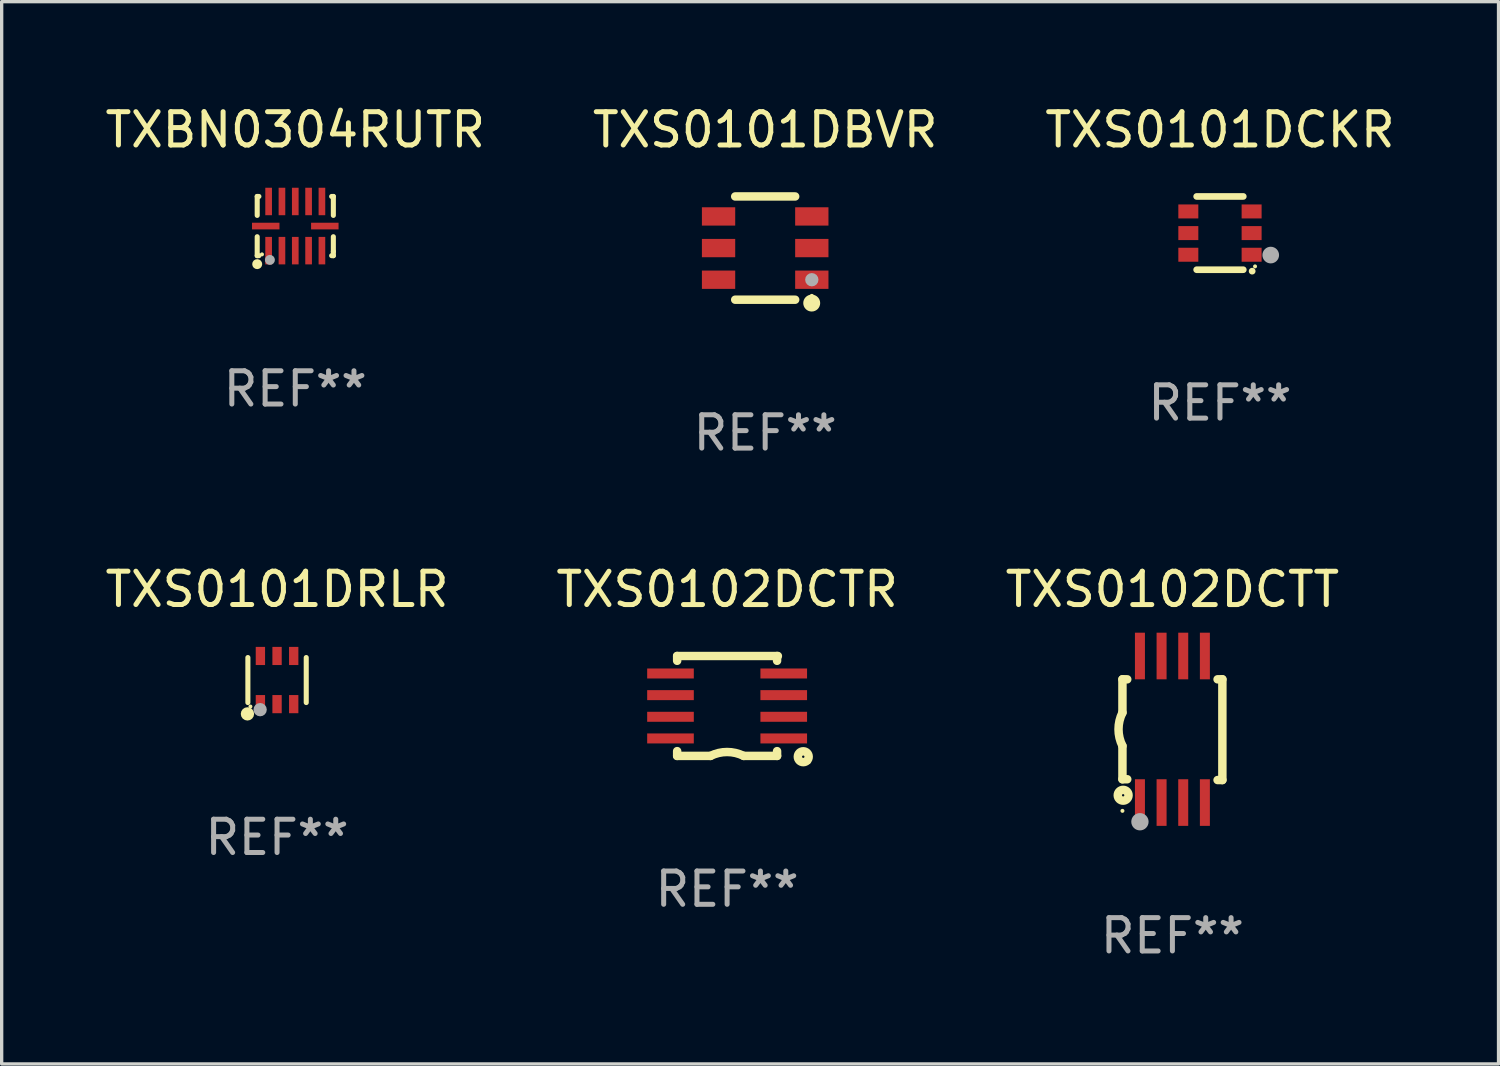
<source format=kicad_pcb>
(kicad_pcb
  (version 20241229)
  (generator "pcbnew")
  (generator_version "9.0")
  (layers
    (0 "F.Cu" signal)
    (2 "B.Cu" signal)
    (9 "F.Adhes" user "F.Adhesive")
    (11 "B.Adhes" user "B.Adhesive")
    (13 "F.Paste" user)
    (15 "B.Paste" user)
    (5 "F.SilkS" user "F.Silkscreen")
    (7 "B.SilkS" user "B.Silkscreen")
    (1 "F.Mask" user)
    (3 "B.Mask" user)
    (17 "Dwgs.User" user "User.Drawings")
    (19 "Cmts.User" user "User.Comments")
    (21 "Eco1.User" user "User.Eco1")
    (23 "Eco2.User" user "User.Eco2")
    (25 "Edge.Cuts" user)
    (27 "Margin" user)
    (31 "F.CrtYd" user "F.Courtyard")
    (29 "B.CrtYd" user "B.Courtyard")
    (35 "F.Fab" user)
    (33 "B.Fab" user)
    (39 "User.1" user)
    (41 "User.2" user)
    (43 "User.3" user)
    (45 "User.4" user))
  (footprint "TXS0101DCKR"
    (layer "F.Cu")
    (at 33.577 3.948)
    (property "Reference" "TXS0101DCKR" (at 0 -3.1 0) (layer "F.SilkS") (effects (font (size 1 1) (thickness 0.15))))
    (attr through_hole)
    (fp_line (start -0.7 -1.1) (end 0.7 -1.1) (stroke (width 0.2) (type solid)) (layer "F.SilkS"))
    (fp_line (start -0.7 1.1) (end 0.7 1.1) (stroke (width 0.2) (type solid)) (layer "F.SilkS"))
    (fp_arc (start 0.965202 1.143002) (mid 0.966472 1.142996) (end 0.967742 1.143002) (stroke (width 0.2) (type solid)) (layer "F.SilkS"))
    (fp_circle (center 1.053 1) (end 1.083 1) (stroke (width 0.06) (type solid)) (fill no) (layer "F.SilkS"))
    (fp_circle (center 1.524 0.66) (end 1.649 0.66) (stroke (width 0.25) (type solid)) (fill no) (layer "F.Fab"))
    (fp_text user "REF**" (at 0 5.1 0) (layer "F.Fab") (effects (font (size 1 1) (thickness 0.15))))
    (pad "1" smd rect (at 0.95 0.65 90) (size 0.42 0.6) (layers "F.Cu" "F.Mask" "F.Paste"))
    (pad "2" smd rect (at 0.95 0 90) (size 0.42 0.6) (layers "F.Cu" "F.Mask" "F.Paste"))
    (pad "3" smd rect (at 0.95 -0.65 90) (size 0.42 0.6) (layers "F.Cu" "F.Mask" "F.Paste"))
    (pad "4" smd rect (at -0.95 -0.65 270) (size 0.42 0.6) (layers "F.Cu" "F.Mask" "F.Paste"))
    (pad "5" smd rect (at -0.95 0 270) (size 0.42 0.6) (layers "F.Cu" "F.Mask" "F.Paste"))
    (pad "6" smd rect (at -0.95 0.65 270) (size 0.42 0.6) (layers "F.Cu" "F.Mask" "F.Paste")))
  (footprint "TXS0101DBVR"
    (layer "F.Cu")
    (at 19.923 4.398)
    (property "Reference" "TXS0101DBVR" (at 0 -3.55 0) (layer "F.SilkS") (effects (font (size 1 1) (thickness 0.15))))
    (attr through_hole)
    (fp_line (start -0.9 -1.55) (end 0.9 -1.55) (stroke (width 0.254) (type solid)) (layer "F.SilkS"))
    (fp_line (start -0.9 1.55) (end 0.9 1.55) (stroke (width 0.254) (type solid)) (layer "F.SilkS"))
    (fp_circle (center 1.397 1.651) (end 1.524 1.651) (stroke (width 0.254) (type solid)) (fill no) (layer "F.SilkS"))
    (fp_circle (center 1.4 1.435) (end 1.43 1.435) (stroke (width 0.06) (type solid)) (fill no) (layer "F.SilkS"))
    (fp_circle (center 1.4 0.95) (end 1.5 0.95) (stroke (width 0.2) (type solid)) (fill no) (layer "F.Fab"))
    (fp_text user "REF**" (at 0 5.55 0) (layer "F.Fab") (effects (font (size 1 1) (thickness 0.15))))
    (pad "1" smd rect (at 1.4 0.95) (size 1 0.55) (layers "F.Cu" "F.Mask" "F.Paste"))
    (pad "2" smd rect (at 1.4 -0.000102) (size 1 0.55) (layers "F.Cu" "F.Mask" "F.Paste"))
    (pad "3" smd rect (at 1.4 -0.95) (size 1 0.55) (layers "F.Cu" "F.Mask" "F.Paste"))
    (pad "4" smd rect (at -1.4 -0.95) (size 1 0.55) (layers "F.Cu" "F.Mask" "F.Paste"))
    (pad "5" smd rect (at -1.4 -0.000102) (size 1 0.55) (layers "F.Cu" "F.Mask" "F.Paste"))
    (pad "6" smd rect (at -1.4 0.95) (size 1 0.55) (layers "F.Cu" "F.Mask" "F.Paste")))
  (footprint "TXS0101DRLR"
    (layer "F.Cu")
    (at 5.268 17.367)
    (property "Reference" "TXS0101DRLR" (at 0 -2.723 0) (layer "F.SilkS") (effects (font (size 1 1) (thickness 0.15))))
    (attr through_hole)
    (fp_line (start -0.876 0.676) (end -0.876 -0.676) (stroke (width 0.152) (type solid)) (layer "F.SilkS"))
    (fp_line (start 0.876 0.676) (end 0.876 -0.676) (stroke (width 0.152) (type solid)) (layer "F.SilkS"))
    (fp_circle (center -0.889 1.016) (end -0.789 1.016) (stroke (width 0.2) (type solid)) (fill no) (layer "F.SilkS"))
    (fp_circle (center -0.8 0.795) (end -0.77 0.795) (stroke (width 0.06) (type solid)) (fill no) (layer "F.SilkS"))
    (fp_circle (center -0.508 0.889) (end -0.408 0.889) (stroke (width 0.2) (type solid)) (fill no) (layer "F.Fab"))
    (fp_text user "REF**" (at 0 4.723 0) (layer "F.Fab") (effects (font (size 1 1) (thickness 0.15))))
    (pad "1" smd rect (at -0.5 0.723) (size 0.28 0.545) (layers "F.Cu" "F.Mask" "F.Paste"))
    (pad "2" smd rect (at 0 0.723) (size 0.28 0.545) (layers "F.Cu" "F.Mask" "F.Paste"))
    (pad "3" smd rect (at 0.5 0.723) (size 0.28 0.545) (layers "F.Cu" "F.Mask" "F.Paste"))
    (pad "4" smd rect (at 0.5 -0.723) (size 0.28 0.545) (layers "F.Cu" "F.Mask" "F.Paste"))
    (pad "5" smd rect (at 0 -0.723) (size 0.28 0.545) (layers "F.Cu" "F.Mask" "F.Paste"))
    (pad "6" smd rect (at -0.5 -0.723) (size 0.28 0.545) (layers "F.Cu" "F.Mask" "F.Paste")))
  (footprint "TXS0102DCTR"
    (layer "F.Cu")
    (at 18.78 18.145)
    (property "Reference" "TXS0102DCTR" (at 0 -3.5 0) (layer "F.SilkS") (effects (font (size 1 1) (thickness 0.15))))
    (attr through_hole)
    (fp_line (start -1.5 -1.5) (end 1.524 -1.5) (stroke (width 0.254) (type solid)) (layer "F.SilkS"))
    (fp_line (start -1.5 -1.356) (end -1.5 -1.5) (stroke (width 0.254) (type solid)) (layer "F.SilkS"))
    (fp_line (start -1.5 1.5) (end -1.5 1.356) (stroke (width 0.254) (type solid)) (layer "F.SilkS"))
    (fp_line (start -1.5 1.5) (end -0.5 1.5) (stroke (width 0.254) (type solid)) (layer "F.SilkS"))
    (fp_line (start 1.5 -1.356) (end 1.5 -1.5) (stroke (width 0.254) (type solid)) (layer "F.SilkS"))
    (fp_line (start 1.5 1.5) (end 0.5 1.5) (stroke (width 0.254) (type solid)) (layer "F.SilkS"))
    (fp_line (start 1.5 1.5) (end 1.5 1.356) (stroke (width 0.254) (type solid)) (layer "F.SilkS"))
    (fp_arc (start -0.500051 1.5) (mid -0.000446 1.3822) (end 0.499111 1.500203) (stroke (width 0.254001) (type solid)) (layer "F.SilkS"))
    (fp_circle (center 2.286 1.524) (end 2.322 1.524) (stroke (width 0.254) (type solid)) (fill no) (layer "F.SilkS"))
    (fp_circle (center 2.449 1.687) (end 2.479 1.687) (stroke (width 0.06) (type solid)) (fill no) (layer "F.SilkS"))
    (fp_text user "REF**" (at 0 5.5 0) (layer "F.Fab") (effects (font (size 1 1) (thickness 0.15))))
    (pad "1" smd rect (at 1.7 0.975 90) (size 0.3 1.4) (layers "F.Cu" "F.Mask" "F.Paste"))
    (pad "2" smd rect (at 1.7 0.325 90) (size 0.3 1.4) (layers "F.Cu" "F.Mask" "F.Paste"))
    (pad "3" smd rect (at 1.7 -0.325 90) (size 0.3 1.4) (layers "F.Cu" "F.Mask" "F.Paste"))
    (pad "4" smd rect (at 1.7 -0.975 90) (size 0.3 1.4) (layers "F.Cu" "F.Mask" "F.Paste"))
    (pad "5" smd rect (at -1.7 -0.975 90) (size 0.3 1.4) (layers "F.Cu" "F.Mask" "F.Paste"))
    (pad "6" smd rect (at -1.7 -0.325 90) (size 0.3 1.4) (layers "F.Cu" "F.Mask" "F.Paste"))
    (pad "7" smd rect (at -1.7 0.325 90) (size 0.3 1.4) (layers "F.Cu" "F.Mask" "F.Paste"))
    (pad "8" smd rect (at -1.7 0.975 90) (size 0.3 1.4) (layers "F.Cu" "F.Mask" "F.Paste")))
  (footprint "TXBN0304RUTR"
    (layer "F.Cu")
    (at 5.815 3.737)
    (property "Reference" "TXBN0304RUTR" (at 0 -2.889 0) (layer "F.SilkS") (effects (font (size 1 1) (thickness 0.15))))
    (attr through_hole)
    (fp_line (start -1.143 -0.889) (end -1.143 -0.32) (stroke (width 0.152) (type solid)) (layer "F.SilkS"))
    (fp_line (start -1.143 0.32) (end -1.143 0.889) (stroke (width 0.152) (type solid)) (layer "F.SilkS"))
    (fp_line (start -1.143 0.889) (end -1.092 0.889) (stroke (width 0.152) (type solid)) (layer "F.SilkS"))
    (fp_line (start -1.092 -0.889) (end -1.143 -0.889) (stroke (width 0.152) (type solid)) (layer "F.SilkS"))
    (fp_line (start 1.092 0.889) (end 1.143 0.889) (stroke (width 0.152) (type solid)) (layer "F.SilkS"))
    (fp_line (start 1.143 -0.889) (end 1.092 -0.889) (stroke (width 0.152) (type solid)) (layer "F.SilkS"))
    (fp_line (start 1.143 -0.32) (end 1.143 -0.889) (stroke (width 0.152) (type solid)) (layer "F.SilkS"))
    (fp_line (start 1.143 0.762) (end 1.143 0.32) (stroke (width 0.152) (type solid)) (layer "F.SilkS"))
    (fp_line (start 1.143 0.889) (end 1.143 0.762) (stroke (width 0.152) (type solid)) (layer "F.SilkS"))
    (fp_circle (center -1.143 1.143) (end -1.068 1.143) (stroke (width 0.15) (type solid)) (fill no) (layer "F.SilkS"))
    (fp_circle (center -1 0.85) (end -0.97 0.85) (stroke (width 0.06) (type solid)) (fill no) (layer "F.SilkS"))
    (fp_circle (center -0.762 1.016) (end -0.687 1.016) (stroke (width 0.15) (type solid)) (fill no) (layer "F.Fab"))
    (fp_text user "REF**" (at 0 4.889 0) (layer "F.Fab") (effects (font (size 1 1) (thickness 0.15))))
    (pad "1" smd rect (at -0.8 0.738) (size 0.2 0.825) (layers "F.Cu" "F.Mask" "F.Paste"))
    (pad "2" smd rect (at -0.4 0.738) (size 0.2 0.825) (layers "F.Cu" "F.Mask" "F.Paste"))
    (pad "3" smd rect (at 0 0.738) (size 0.2 0.825) (layers "F.Cu" "F.Mask" "F.Paste"))
    (pad "4" smd rect (at 0.4 0.738) (size 0.2 0.825) (layers "F.Cu" "F.Mask" "F.Paste"))
    (pad "5" smd rect (at 0.8 0.738) (size 0.2 0.825) (layers "F.Cu" "F.Mask" "F.Paste"))
    (pad "6" smd rect (at 0.887 0) (size 0.825 0.2) (layers "F.Cu" "F.Mask" "F.Paste"))
    (pad "7" smd rect (at 0.8 -0.738) (size 0.2 0.825) (layers "F.Cu" "F.Mask" "F.Paste"))
    (pad "8" smd rect (at 0.4 -0.738) (size 0.2 0.825) (layers "F.Cu" "F.Mask" "F.Paste"))
    (pad "9" smd rect (at 0 -0.738) (size 0.2 0.825) (layers "F.Cu" "F.Mask" "F.Paste"))
    (pad "10" smd rect (at -0.4 -0.738) (size 0.2 0.825) (layers "F.Cu" "F.Mask" "F.Paste"))
    (pad "11" smd rect (at -0.8 -0.738) (size 0.2 0.825) (layers "F.Cu" "F.Mask" "F.Paste"))
    (pad "12" smd rect (at -0.887 0) (size 0.825 0.2) (layers "F.Cu" "F.Mask" "F.Paste")))
  (footprint "TXS0102DCTT"
    (layer "F.Cu")
    (at 32.149 18.845)
    (property "Reference" "TXS0102DCTT" (at 0 -4.2 0) (layer "F.SilkS") (effects (font (size 1 1) (thickness 0.15))))
    (attr through_hole)
    (fp_line (start -1.5 -1.5) (end -1.5 -0.5) (stroke (width 0.254) (type solid)) (layer "F.SilkS"))
    (fp_line (start -1.5 -1.5) (end -1.356 -1.5) (stroke (width 0.254) (type solid)) (layer "F.SilkS"))
    (fp_line (start -1.5 1.5) (end -1.5 0.5) (stroke (width 0.254) (type solid)) (layer "F.SilkS"))
    (fp_line (start -1.5 1.5) (end -1.356 1.5) (stroke (width 0.254) (type solid)) (layer "F.SilkS"))
    (fp_line (start 1.356 -1.5) (end 1.5 -1.5) (stroke (width 0.254) (type solid)) (layer "F.SilkS"))
    (fp_line (start 1.5 -1.5) (end 1.5 1.524) (stroke (width 0.254) (type solid)) (layer "F.SilkS"))
    (fp_line (start 1.5 1.524) (end 1.356 1.524) (stroke (width 0.254) (type solid)) (layer "F.SilkS"))
    (fp_arc (start -1.500203 0.499137) (mid -1.618067 -0.000468) (end -1.5 -0.500025) (stroke (width 0.254001) (type solid)) (layer "F.SilkS"))
    (fp_circle (center -1.5 2.449) (end -1.47 2.449) (stroke (width 0.06) (type solid)) (fill no) (layer "F.SilkS"))
    (fp_circle (center -1.479 1.981) (end -1.444 1.981) (stroke (width 0.254) (type solid)) (fill no) (layer "F.SilkS"))
    (fp_circle (center -0.975 2.776) (end -0.845 2.776) (stroke (width 0.26) (type solid)) (fill no) (layer "F.Fab"))
    (fp_text user "REF**" (at 0 6.2 0) (layer "F.Fab") (effects (font (size 1 1) (thickness 0.15))))
    (pad "1" smd rect (at -0.975 2.2) (size 0.3 1.4) (layers "F.Cu" "F.Mask" "F.Paste"))
    (pad "2" smd rect (at -0.325 2.2) (size 0.3 1.4) (layers "F.Cu" "F.Mask" "F.Paste"))
    (pad "3" smd rect (at 0.325 2.2) (size 0.3 1.4) (layers "F.Cu" "F.Mask" "F.Paste"))
    (pad "4" smd rect (at 0.975 2.2) (size 0.3 1.4) (layers "F.Cu" "F.Mask" "F.Paste"))
    (pad "5" smd rect (at 0.975 -2.2) (size 0.3 1.4) (layers "F.Cu" "F.Mask" "F.Paste"))
    (pad "6" smd rect (at 0.325 -2.2) (size 0.3 1.4) (layers "F.Cu" "F.Mask" "F.Paste"))
    (pad "7" smd rect (at -0.325 -2.2) (size 0.3 1.4) (layers "F.Cu" "F.Mask" "F.Paste"))
    (pad "8" smd rect (at -0.975 -2.2) (size 0.3 1.4) (layers "F.Cu" "F.Mask" "F.Paste")))
  (gr_rect
    (start -3 -3)
    (end 41.94 28.893)
    (stroke (width 0.1) (type default))
    (fill no)
    (layer "Edge.Cuts")))
</source>
